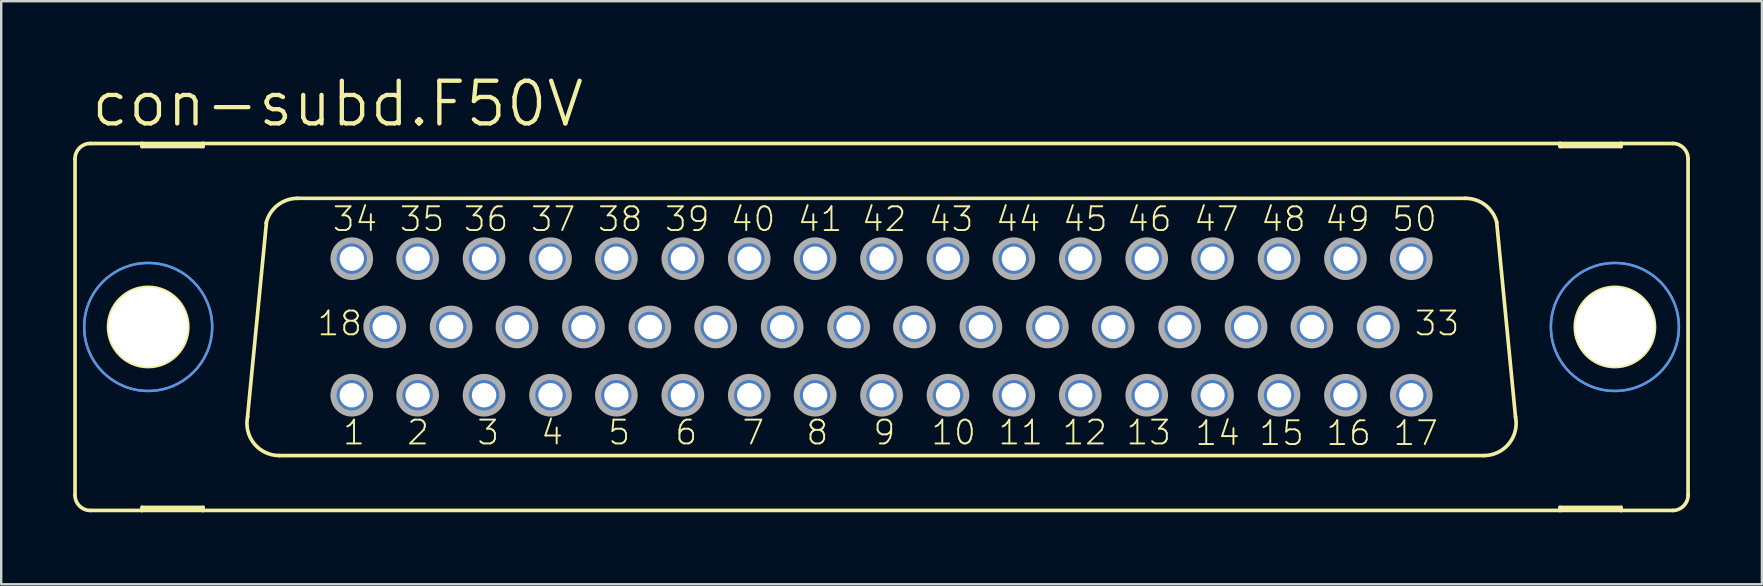
<source format=kicad_pcb>
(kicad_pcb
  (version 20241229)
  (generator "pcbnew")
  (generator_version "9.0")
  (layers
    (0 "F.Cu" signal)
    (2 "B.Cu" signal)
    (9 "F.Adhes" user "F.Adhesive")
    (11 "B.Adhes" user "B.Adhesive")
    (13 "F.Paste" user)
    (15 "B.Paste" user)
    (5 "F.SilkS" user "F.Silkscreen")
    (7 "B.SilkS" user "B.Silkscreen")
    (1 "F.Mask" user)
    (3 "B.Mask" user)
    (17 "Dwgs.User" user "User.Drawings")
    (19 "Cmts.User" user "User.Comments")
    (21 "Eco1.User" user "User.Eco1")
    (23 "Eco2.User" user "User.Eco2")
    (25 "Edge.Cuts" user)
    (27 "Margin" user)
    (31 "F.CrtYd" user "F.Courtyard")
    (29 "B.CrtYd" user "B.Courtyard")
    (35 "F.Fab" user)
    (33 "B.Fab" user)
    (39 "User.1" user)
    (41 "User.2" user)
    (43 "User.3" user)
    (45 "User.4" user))
  (footprint "con-subd.F50V"
    (layer "F.Cu")
    (at 33.68 10.573)
    (property "Reference" "con-subd.F50V" (at -33.02 -8.255 0) (layer "F.SilkS") (effects (font (size 1.778 1.778) (thickness 0.18)) (justify left bottom)))
    (attr through_hole)
    (fp_line (start -33.604 7.01) (end -33.604 -7.01) (stroke (width 0.152) (type default)) (layer "F.SilkS"))
    (fp_line (start -32.969 7.645) (end -30.81 7.645) (stroke (width 0.152) (type default)) (layer "F.SilkS"))
    (fp_line (start -30.81 -7.645) (end -32.969 -7.645) (stroke (width 0.152) (type default)) (layer "F.SilkS"))
    (fp_line (start -30.81 -7.518) (end -30.81 -7.645) (stroke (width 0.152) (type default)) (layer "F.SilkS"))
    (fp_line (start -30.81 7.518) (end -30.81 7.645) (stroke (width 0.152) (type default)) (layer "F.SilkS"))
    (fp_line (start -30.81 7.645) (end -28.27 7.645) (stroke (width 0.152) (type default)) (layer "F.SilkS"))
    (fp_line (start -28.27 -7.645) (end -30.81 -7.645) (stroke (width 0.152) (type default)) (layer "F.SilkS"))
    (fp_line (start -28.27 -7.645) (end -28.27 -7.518) (stroke (width 0.152) (type default)) (layer "F.SilkS"))
    (fp_line (start -28.27 -7.518) (end -30.81 -7.518) (stroke (width 0.152) (type default)) (layer "F.SilkS"))
    (fp_line (start -28.27 7.518) (end -30.81 7.518) (stroke (width 0.152) (type default)) (layer "F.SilkS"))
    (fp_line (start -28.27 7.645) (end -28.27 7.518) (stroke (width 0.152) (type default)) (layer "F.SilkS"))
    (fp_line (start -28.27 7.645) (end 28.27 7.645) (stroke (width 0.152) (type default)) (layer "F.SilkS"))
    (fp_line (start -26.416 3.734) (end -25.629 -4.343) (stroke (width 0.152) (type default)) (layer "F.SilkS"))
    (fp_line (start 24.333 -5.359) (end -24.333 -5.359) (stroke (width 0.152) (type default)) (layer "F.SilkS"))
    (fp_line (start 25.095 5.359) (end -25.095 5.359) (stroke (width 0.152) (type default)) (layer "F.SilkS"))
    (fp_line (start 25.629 -4.369) (end 26.416 3.759) (stroke (width 0.152) (type default)) (layer "F.SilkS"))
    (fp_line (start 28.27 -7.645) (end -28.27 -7.645) (stroke (width 0.152) (type default)) (layer "F.SilkS"))
    (fp_line (start 28.27 -7.518) (end 28.27 -7.645) (stroke (width 0.152) (type default)) (layer "F.SilkS"))
    (fp_line (start 28.27 7.518) (end 28.27 7.645) (stroke (width 0.152) (type default)) (layer "F.SilkS"))
    (fp_line (start 28.27 7.645) (end 30.81 7.645) (stroke (width 0.152) (type default)) (layer "F.SilkS"))
    (fp_line (start 30.81 -7.645) (end 28.27 -7.645) (stroke (width 0.152) (type default)) (layer "F.SilkS"))
    (fp_line (start 30.81 -7.645) (end 30.81 -7.518) (stroke (width 0.152) (type default)) (layer "F.SilkS"))
    (fp_line (start 30.81 -7.518) (end 28.27 -7.518) (stroke (width 0.152) (type default)) (layer "F.SilkS"))
    (fp_line (start 30.81 7.518) (end 28.27 7.518) (stroke (width 0.152) (type default)) (layer "F.SilkS"))
    (fp_line (start 30.81 7.645) (end 30.81 7.518) (stroke (width 0.152) (type default)) (layer "F.SilkS"))
    (fp_line (start 30.81 7.645) (end 32.969 7.645) (stroke (width 0.152) (type default)) (layer "F.SilkS"))
    (fp_line (start 32.969 -7.645) (end 30.81 -7.645) (stroke (width 0.152) (type default)) (layer "F.SilkS"))
    (fp_line (start 33.604 7.01) (end 33.604 -7.01) (stroke (width 0.152) (type default)) (layer "F.SilkS"))
    (fp_arc (start -33.6042 -7.0104) (mid -33.418213 -7.459413) (end -32.9692 -7.6454) (stroke (width 0.1524) (type default)) (layer "F.SilkS"))
    (fp_arc (start -32.9692 7.6454) (mid -33.418213 7.459413) (end -33.6042 7.0104) (stroke (width 0.1524) (type default)) (layer "F.SilkS"))
    (fp_arc (start -25.6422 -4.3274) (mid -25.166656 -5.070446) (end -24.3332 -5.3596) (stroke (width 0.1524) (type default)) (layer "F.SilkS"))
    (fp_arc (start -25.0952 5.3591) (mid -26.143577 4.85738) (end -26.4105 3.7262) (stroke (width 0.1524) (type default)) (layer "F.SilkS"))
    (fp_arc (start 24.3332 -5.3594) (mid 25.1567 -5.078146) (end 25.6361 -4.3519) (stroke (width 0.1524) (type default)) (layer "F.SilkS"))
    (fp_arc (start 26.4153 3.7492) (mid 26.136282 4.866684) (end 25.0952 5.3594) (stroke (width 0.1524) (type default)) (layer "F.SilkS"))
    (fp_arc (start 32.9692 -7.6454) (mid 33.418213 -7.459413) (end 33.6042 -7.0104) (stroke (width 0.1524) (type default)) (layer "F.SilkS"))
    (fp_arc (start 33.6042 7.0104) (mid 33.418213 7.459413) (end 32.9692 7.6454) (stroke (width 0.1524) (type default)) (layer "F.SilkS"))
    (fp_circle (center -30.556 0) (end -28.905 0) (stroke (width 0.152) (type default)) (fill no) (layer "F.SilkS"))
    (fp_circle (center 30.556 0) (end 32.207 0) (stroke (width 0.152) (type default)) (fill no) (layer "F.SilkS"))
    (fp_circle (center -30.556 0) (end -27.889 0) (stroke (width 0.1) (type default)) (fill no) (layer "Cmts.User"))
    (fp_circle (center -30.556 0) (end -27.889 0) (stroke (width 0.1) (type default)) (fill no) (layer "Cmts.User"))
    (fp_circle (center 30.556 0) (end 33.223 0) (stroke (width 0.1) (type default)) (fill no) (layer "Cmts.User"))
    (fp_circle (center 30.556 0) (end 33.223 0) (stroke (width 0.1) (type default)) (fill no) (layer "Cmts.User"))
    (fp_circle (center -22.073 -2.845) (end -21.311 -2.845) (stroke (width 0.254) (type default)) (fill no) (layer "F.Fab"))
    (fp_circle (center -22.073 2.845) (end -21.311 2.845) (stroke (width 0.254) (type default)) (fill no) (layer "F.Fab"))
    (fp_circle (center -20.701 0) (end -19.939 0) (stroke (width 0.254) (type default)) (fill no) (layer "F.Fab"))
    (fp_circle (center -19.329 -2.845) (end -18.567 -2.845) (stroke (width 0.254) (type default)) (fill no) (layer "F.Fab"))
    (fp_circle (center -19.329 2.845) (end -18.567 2.845) (stroke (width 0.254) (type default)) (fill no) (layer "F.Fab"))
    (fp_circle (center -17.932 0) (end -17.17 0) (stroke (width 0.254) (type default)) (fill no) (layer "F.Fab"))
    (fp_circle (center -16.561 -2.845) (end -15.799 -2.845) (stroke (width 0.254) (type default)) (fill no) (layer "F.Fab"))
    (fp_circle (center -16.561 2.845) (end -15.799 2.845) (stroke (width 0.254) (type default)) (fill no) (layer "F.Fab"))
    (fp_circle (center -15.189 0) (end -14.427 0) (stroke (width 0.254) (type default)) (fill no) (layer "F.Fab"))
    (fp_circle (center -13.792 -2.845) (end -13.03 -2.845) (stroke (width 0.254) (type default)) (fill no) (layer "F.Fab"))
    (fp_circle (center -13.792 2.845) (end -13.03 2.845) (stroke (width 0.254) (type default)) (fill no) (layer "F.Fab"))
    (fp_circle (center -12.421 0) (end -11.659 0) (stroke (width 0.254) (type default)) (fill no) (layer "F.Fab"))
    (fp_circle (center -11.049 -2.845) (end -10.287 -2.845) (stroke (width 0.254) (type default)) (fill no) (layer "F.Fab"))
    (fp_circle (center -11.049 2.845) (end -10.287 2.845) (stroke (width 0.254) (type default)) (fill no) (layer "F.Fab"))
    (fp_circle (center -9.652 0) (end -8.89 0) (stroke (width 0.254) (type default)) (fill no) (layer "F.Fab"))
    (fp_circle (center -8.28 -2.845) (end -7.518 -2.845) (stroke (width 0.254) (type default)) (fill no) (layer "F.Fab"))
    (fp_circle (center -8.28 2.845) (end -7.518 2.845) (stroke (width 0.254) (type default)) (fill no) (layer "F.Fab"))
    (fp_circle (center -6.909 0) (end -6.147 0) (stroke (width 0.254) (type default)) (fill no) (layer "F.Fab"))
    (fp_circle (center -5.512 -2.845) (end -4.75 -2.845) (stroke (width 0.254) (type default)) (fill no) (layer "F.Fab"))
    (fp_circle (center -5.512 2.845) (end -4.75 2.845) (stroke (width 0.254) (type default)) (fill no) (layer "F.Fab"))
    (fp_circle (center -4.14 0) (end -3.378 0) (stroke (width 0.254) (type default)) (fill no) (layer "F.Fab"))
    (fp_circle (center -2.769 -2.845) (end -2.007 -2.845) (stroke (width 0.254) (type default)) (fill no) (layer "F.Fab"))
    (fp_circle (center -2.769 2.845) (end -2.007 2.845) (stroke (width 0.254) (type default)) (fill no) (layer "F.Fab"))
    (fp_circle (center -1.372 0) (end -0.61 0) (stroke (width 0.254) (type default)) (fill no) (layer "F.Fab"))
    (fp_circle (center 0 -2.845) (end 0.762 -2.845) (stroke (width 0.254) (type default)) (fill no) (layer "F.Fab"))
    (fp_circle (center 0 2.845) (end 0.762 2.845) (stroke (width 0.254) (type default)) (fill no) (layer "F.Fab"))
    (fp_circle (center 1.372 0) (end 2.134 0) (stroke (width 0.254) (type default)) (fill no) (layer "F.Fab"))
    (fp_circle (center 2.769 -2.845) (end 3.531 -2.845) (stroke (width 0.254) (type default)) (fill no) (layer "F.Fab"))
    (fp_circle (center 2.769 2.845) (end 3.531 2.845) (stroke (width 0.254) (type default)) (fill no) (layer "F.Fab"))
    (fp_circle (center 4.14 0) (end 4.902 0) (stroke (width 0.254) (type default)) (fill no) (layer "F.Fab"))
    (fp_circle (center 5.512 -2.845) (end 6.274 -2.845) (stroke (width 0.254) (type default)) (fill no) (layer "F.Fab"))
    (fp_circle (center 5.512 2.845) (end 6.274 2.845) (stroke (width 0.254) (type default)) (fill no) (layer "F.Fab"))
    (fp_circle (center 6.909 0) (end 7.671 0) (stroke (width 0.254) (type default)) (fill no) (layer "F.Fab"))
    (fp_circle (center 8.28 -2.845) (end 9.042 -2.845) (stroke (width 0.254) (type default)) (fill no) (layer "F.Fab"))
    (fp_circle (center 8.28 2.845) (end 9.042 2.845) (stroke (width 0.254) (type default)) (fill no) (layer "F.Fab"))
    (fp_circle (center 9.652 0) (end 10.414 0) (stroke (width 0.254) (type default)) (fill no) (layer "F.Fab"))
    (fp_circle (center 11.049 -2.845) (end 11.811 -2.845) (stroke (width 0.254) (type default)) (fill no) (layer "F.Fab"))
    (fp_circle (center 11.049 2.845) (end 11.811 2.845) (stroke (width 0.254) (type default)) (fill no) (layer "F.Fab"))
    (fp_circle (center 12.421 0) (end 13.183 0) (stroke (width 0.254) (type default)) (fill no) (layer "F.Fab"))
    (fp_circle (center 13.792 -2.845) (end 14.554 -2.845) (stroke (width 0.254) (type default)) (fill no) (layer "F.Fab"))
    (fp_circle (center 13.792 2.845) (end 14.554 2.845) (stroke (width 0.254) (type default)) (fill no) (layer "F.Fab"))
    (fp_circle (center 15.189 0) (end 15.951 0) (stroke (width 0.254) (type default)) (fill no) (layer "F.Fab"))
    (fp_circle (center 16.561 -2.845) (end 17.323 -2.845) (stroke (width 0.254) (type default)) (fill no) (layer "F.Fab"))
    (fp_circle (center 16.561 2.845) (end 17.323 2.845) (stroke (width 0.254) (type default)) (fill no) (layer "F.Fab"))
    (fp_circle (center 17.932 0) (end 18.694 0) (stroke (width 0.254) (type default)) (fill no) (layer "F.Fab"))
    (fp_circle (center 19.329 -2.845) (end 20.091 -2.845) (stroke (width 0.254) (type default)) (fill no) (layer "F.Fab"))
    (fp_circle (center 19.329 2.845) (end 20.091 2.845) (stroke (width 0.254) (type default)) (fill no) (layer "F.Fab"))
    (fp_circle (center 20.701 0) (end 21.463 0) (stroke (width 0.254) (type default)) (fill no) (layer "F.Fab"))
    (fp_circle (center 22.073 -2.845) (end 22.835 -2.845) (stroke (width 0.254) (type default)) (fill no) (layer "F.Fab"))
    (fp_circle (center 22.073 2.845) (end 22.835 2.845) (stroke (width 0.254) (type default)) (fill no) (layer "F.Fab"))
    (fp_text user "50" (at 21.209 -3.912 0) (layer "F.SilkS") (effects (font (size 0.991 0.991) (thickness 0.08)) (justify left bottom)))
    (fp_text user "18" (at -23.571 0.432 0) (layer "F.SilkS") (effects (font (size 0.991 0.991) (thickness 0.08)) (justify left bottom)))
    (fp_text user "34" (at -22.936 -3.912 0) (layer "F.SilkS") (effects (font (size 0.991 0.991) (thickness 0.08)) (justify left bottom)))
    (fp_text user "33" (at 22.149 0.432 0) (layer "F.SilkS") (effects (font (size 0.991 0.991) (thickness 0.08)) (justify left bottom)))
    (fp_text user "1" (at -22.504 4.978 0) (layer "F.SilkS") (effects (font (size 0.991 0.991) (thickness 0.08)) (justify left bottom)))
    (fp_text user "7" (at -5.867 4.978 0) (layer "F.SilkS") (effects (font (size 0.991 0.991) (thickness 0.08)) (justify left bottom)))
    (fp_text user "44" (at 4.699 -3.912 0) (layer "F.SilkS") (effects (font (size 0.991 0.991) (thickness 0.08)) (justify left bottom)))
    (fp_text user "4" (at -14.249 4.978 0) (layer "F.SilkS") (effects (font (size 0.991 0.991) (thickness 0.08)) (justify left bottom)))
    (fp_text user "17" (at 21.26 5.004 0) (layer "F.SilkS") (effects (font (size 0.991 0.991) (thickness 0.08)) (justify left bottom)))
    (fp_text user "37" (at -14.681 -3.912 0) (layer "F.SilkS") (effects (font (size 0.991 0.991) (thickness 0.08)) (justify left bottom)))
    (fp_text user "8" (at -3.2 4.978 0) (layer "F.SilkS") (effects (font (size 0.991 0.991) (thickness 0.08)) (justify left bottom)))
    (fp_text user "42" (at -0.889 -3.912 0) (layer "F.SilkS") (effects (font (size 0.991 0.991) (thickness 0.08)) (justify left bottom)))
    (fp_text user "11" (at 4.801 4.978 0) (layer "F.SilkS") (effects (font (size 0.991 0.991) (thickness 0.08)) (justify left bottom)))
    (fp_text user "45" (at 7.493 -3.912 0) (layer "F.SilkS") (effects (font (size 0.991 0.991) (thickness 0.08)) (justify left bottom)))
    (fp_text user "47" (at 12.954 -3.912 0) (layer "F.SilkS") (effects (font (size 0.991 0.991) (thickness 0.08)) (justify left bottom)))
    (fp_text user "35" (at -20.142 -3.912 0) (layer "F.SilkS") (effects (font (size 0.991 0.991) (thickness 0.08)) (justify left bottom)))
    (fp_text user "48" (at 15.748 -3.912 0) (layer "F.SilkS") (effects (font (size 0.991 0.991) (thickness 0.08)) (justify left bottom)))
    (fp_text user "36" (at -17.475 -3.912 0) (layer "F.SilkS") (effects (font (size 0.991 0.991) (thickness 0.08)) (justify left bottom)))
    (fp_text user "10" (at 2.007 4.978 0) (layer "F.SilkS") (effects (font (size 0.991 0.991) (thickness 0.08)) (justify left bottom)))
    (fp_text user "6" (at -8.661 4.978 0) (layer "F.SilkS") (effects (font (size 0.991 0.991) (thickness 0.08)) (justify left bottom)))
    (fp_text user "38" (at -11.887 -3.912 0) (layer "F.SilkS") (effects (font (size 0.991 0.991) (thickness 0.08)) (justify left bottom)))
    (fp_text user "41" (at -3.556 -3.912 0) (layer "F.SilkS") (effects (font (size 0.991 0.991) (thickness 0.08)) (justify left bottom)))
    (fp_text user "39" (at -9.093 -3.912 0) (layer "F.SilkS") (effects (font (size 0.991 0.991) (thickness 0.08)) (justify left bottom)))
    (fp_text user "5" (at -11.455 4.978 0) (layer "F.SilkS") (effects (font (size 0.991 0.991) (thickness 0.08)) (justify left bottom)))
    (fp_text user "16" (at 18.466 5.004 0) (layer "F.SilkS") (effects (font (size 0.991 0.991) (thickness 0.08)) (justify left bottom)))
    (fp_text user "12" (at 7.468 4.978 0) (layer "F.SilkS") (effects (font (size 0.991 0.991) (thickness 0.08)) (justify left bottom)))
    (fp_text user "15" (at 15.672 5.004 0) (layer "F.SilkS") (effects (font (size 0.991 0.991) (thickness 0.08)) (justify left bottom)))
    (fp_text user "2" (at -19.837 4.978 0) (layer "F.SilkS") (effects (font (size 0.991 0.991) (thickness 0.08)) (justify left bottom)))
    (fp_text user "40" (at -6.35 -3.912 0) (layer "F.SilkS") (effects (font (size 0.991 0.991) (thickness 0.08)) (justify left bottom)))
    (fp_text user "9" (at -0.406 4.978 0) (layer "F.SilkS") (effects (font (size 0.991 0.991) (thickness 0.08)) (justify left bottom)))
    (fp_text user "46" (at 10.16 -3.912 0) (layer "F.SilkS") (effects (font (size 0.991 0.991) (thickness 0.08)) (justify left bottom)))
    (fp_text user "43" (at 1.905 -3.912 0) (layer "F.SilkS") (effects (font (size 0.991 0.991) (thickness 0.08)) (justify left bottom)))
    (fp_text user "13" (at 10.135 4.978 0) (layer "F.SilkS") (effects (font (size 0.991 0.991) (thickness 0.08)) (justify left bottom)))
    (fp_text user "3" (at -16.916 4.978 0) (layer "F.SilkS") (effects (font (size 0.991 0.991) (thickness 0.08)) (justify left bottom)))
    (fp_text user "14" (at 13.005 5.004 0) (layer "F.SilkS") (effects (font (size 0.991 0.991) (thickness 0.08)) (justify left bottom)))
    (fp_text user "49" (at 18.415 -3.912 0) (layer "F.SilkS") (effects (font (size 0.991 0.991) (thickness 0.08)) (justify left bottom)))
    (pad "" np_thru_hole circle (at -30.556 0) (size 3.302 3.302) (drill 3.302) (layers "*.Cu" "*.Mask"))
    (pad "" np_thru_hole circle (at 30.556 0) (size 3.302 3.302) (drill 3.302) (layers "*.Cu" "*.Mask"))
    (pad "1" thru_hole circle (at -22.073 2.845) (size 1.524 1.524) (drill 1.016) (layers "*.Cu" "*.Mask"))
    (pad "2" thru_hole circle (at -19.329 2.845) (size 1.524 1.524) (drill 1.016) (layers "*.Cu" "*.Mask"))
    (pad "3" thru_hole circle (at -16.561 2.845) (size 1.524 1.524) (drill 1.016) (layers "*.Cu" "*.Mask"))
    (pad "4" thru_hole circle (at -13.792 2.845) (size 1.524 1.524) (drill 1.016) (layers "*.Cu" "*.Mask"))
    (pad "5" thru_hole circle (at -11.049 2.845) (size 1.524 1.524) (drill 1.016) (layers "*.Cu" "*.Mask"))
    (pad "6" thru_hole circle (at -8.28 2.845) (size 1.524 1.524) (drill 1.016) (layers "*.Cu" "*.Mask"))
    (pad "7" thru_hole circle (at -5.512 2.845) (size 1.524 1.524) (drill 1.016) (layers "*.Cu" "*.Mask"))
    (pad "8" thru_hole circle (at -2.769 2.845) (size 1.524 1.524) (drill 1.016) (layers "*.Cu" "*.Mask"))
    (pad "9" thru_hole circle (at 0 2.845) (size 1.524 1.524) (drill 1.016) (layers "*.Cu" "*.Mask"))
    (pad "10" thru_hole circle (at 2.769 2.845) (size 1.524 1.524) (drill 1.016) (layers "*.Cu" "*.Mask"))
    (pad "11" thru_hole circle (at 5.512 2.845) (size 1.524 1.524) (drill 1.016) (layers "*.Cu" "*.Mask"))
    (pad "12" thru_hole circle (at 8.28 2.845) (size 1.524 1.524) (drill 1.016) (layers "*.Cu" "*.Mask"))
    (pad "13" thru_hole circle (at 11.049 2.845) (size 1.524 1.524) (drill 1.016) (layers "*.Cu" "*.Mask"))
    (pad "14" thru_hole circle (at 13.792 2.845) (size 1.524 1.524) (drill 1.016) (layers "*.Cu" "*.Mask"))
    (pad "15" thru_hole circle (at 16.561 2.845) (size 1.524 1.524) (drill 1.016) (layers "*.Cu" "*.Mask"))
    (pad "16" thru_hole circle (at 19.329 2.845) (size 1.524 1.524) (drill 1.016) (layers "*.Cu" "*.Mask"))
    (pad "17" thru_hole circle (at 22.073 2.845) (size 1.524 1.524) (drill 1.016) (layers "*.Cu" "*.Mask"))
    (pad "18" thru_hole circle (at -20.701 0) (size 1.524 1.524) (drill 1.016) (layers "*.Cu" "*.Mask"))
    (pad "19" thru_hole circle (at -17.932 0) (size 1.524 1.524) (drill 1.016) (layers "*.Cu" "*.Mask"))
    (pad "20" thru_hole circle (at -15.189 0) (size 1.524 1.524) (drill 1.016) (layers "*.Cu" "*.Mask"))
    (pad "21" thru_hole circle (at -12.421 0) (size 1.524 1.524) (drill 1.016) (layers "*.Cu" "*.Mask"))
    (pad "22" thru_hole circle (at -9.652 0) (size 1.524 1.524) (drill 1.016) (layers "*.Cu" "*.Mask"))
    (pad "23" thru_hole circle (at -6.909 0) (size 1.524 1.524) (drill 1.016) (layers "*.Cu" "*.Mask"))
    (pad "24" thru_hole circle (at -4.14 0) (size 1.524 1.524) (drill 1.016) (layers "*.Cu" "*.Mask"))
    (pad "25" thru_hole circle (at -1.372 0) (size 1.524 1.524) (drill 1.016) (layers "*.Cu" "*.Mask"))
    (pad "26" thru_hole circle (at 1.372 0) (size 1.524 1.524) (drill 1.016) (layers "*.Cu" "*.Mask"))
    (pad "27" thru_hole circle (at 4.14 0) (size 1.524 1.524) (drill 1.016) (layers "*.Cu" "*.Mask"))
    (pad "28" thru_hole circle (at 6.909 0) (size 1.524 1.524) (drill 1.016) (layers "*.Cu" "*.Mask"))
    (pad "29" thru_hole circle (at 9.652 0) (size 1.524 1.524) (drill 1.016) (layers "*.Cu" "*.Mask"))
    (pad "30" thru_hole circle (at 12.421 0) (size 1.524 1.524) (drill 1.016) (layers "*.Cu" "*.Mask"))
    (pad "31" thru_hole circle (at 15.189 0) (size 1.524 1.524) (drill 1.016) (layers "*.Cu" "*.Mask"))
    (pad "32" thru_hole circle (at 17.932 0) (size 1.524 1.524) (drill 1.016) (layers "*.Cu" "*.Mask"))
    (pad "33" thru_hole circle (at 20.701 0) (size 1.524 1.524) (drill 1.016) (layers "*.Cu" "*.Mask"))
    (pad "34" thru_hole circle (at -22.073 -2.845) (size 1.524 1.524) (drill 1.016) (layers "*.Cu" "*.Mask"))
    (pad "35" thru_hole circle (at -19.329 -2.845) (size 1.524 1.524) (drill 1.016) (layers "*.Cu" "*.Mask"))
    (pad "36" thru_hole circle (at -16.561 -2.845) (size 1.524 1.524) (drill 1.016) (layers "*.Cu" "*.Mask"))
    (pad "37" thru_hole circle (at -13.792 -2.845) (size 1.524 1.524) (drill 1.016) (layers "*.Cu" "*.Mask"))
    (pad "38" thru_hole circle (at -11.049 -2.845) (size 1.524 1.524) (drill 1.016) (layers "*.Cu" "*.Mask"))
    (pad "39" thru_hole circle (at -8.28 -2.845) (size 1.524 1.524) (drill 1.016) (layers "*.Cu" "*.Mask"))
    (pad "40" thru_hole circle (at -5.512 -2.845) (size 1.524 1.524) (drill 1.016) (layers "*.Cu" "*.Mask"))
    (pad "41" thru_hole circle (at -2.769 -2.845) (size 1.524 1.524) (drill 1.016) (layers "*.Cu" "*.Mask"))
    (pad "42" thru_hole circle (at 0 -2.845) (size 1.524 1.524) (drill 1.016) (layers "*.Cu" "*.Mask"))
    (pad "43" thru_hole circle (at 2.769 -2.845) (size 1.524 1.524) (drill 1.016) (layers "*.Cu" "*.Mask"))
    (pad "44" thru_hole circle (at 5.512 -2.845) (size 1.524 1.524) (drill 1.016) (layers "*.Cu" "*.Mask"))
    (pad "45" thru_hole circle (at 8.28 -2.845) (size 1.524 1.524) (drill 1.016) (layers "*.Cu" "*.Mask"))
    (pad "46" thru_hole circle (at 11.049 -2.845) (size 1.524 1.524) (drill 1.016) (layers "*.Cu" "*.Mask"))
    (pad "47" thru_hole circle (at 13.792 -2.845) (size 1.524 1.524) (drill 1.016) (layers "*.Cu" "*.Mask"))
    (pad "48" thru_hole circle (at 16.561 -2.845) (size 1.524 1.524) (drill 1.016) (layers "*.Cu" "*.Mask"))
    (pad "49" thru_hole circle (at 19.329 -2.845) (size 1.524 1.524) (drill 1.016) (layers "*.Cu" "*.Mask"))
    (pad "50" thru_hole circle (at 22.073 -2.845) (size 1.524 1.524) (drill 1.016) (layers "*.Cu" "*.Mask")))
  (gr_rect
    (start -3 -3)
    (end 70.361 21.295)
    (stroke (width 0.1) (type default))
    (fill no)
    (layer "Edge.Cuts")))
</source>
